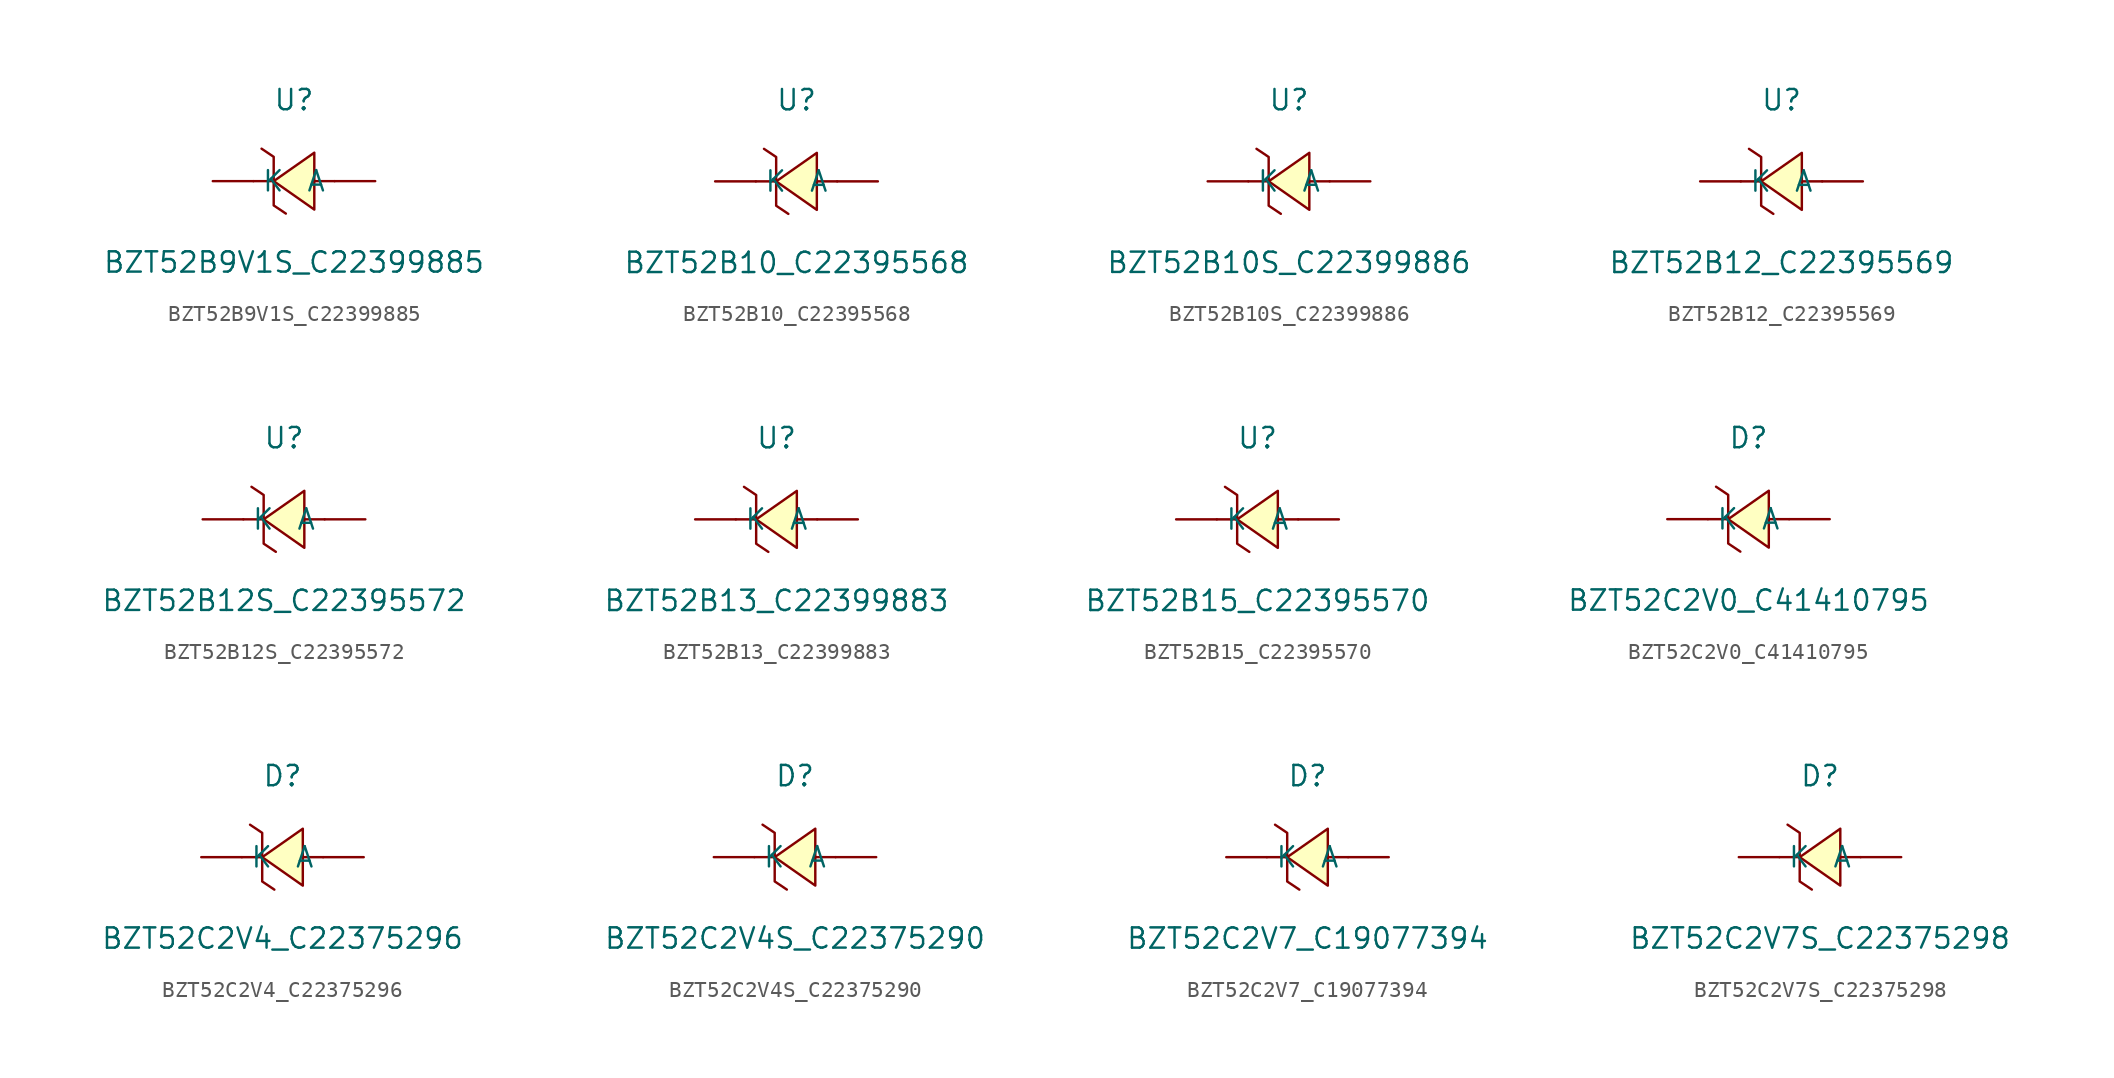
<source format=kicad_sym>
(kicad_symbol_lib
  (version 20241209)
  (generator "kicad_symbol_editor")
  (generator_version "9.0")
  (symbol "BZT52B9V1S_C22399885"
    (pin_numbers
      (hide yes))
    (property "Reference" "U"
      (at 0 5.08 0)
      (effects (font (size 1.27 1.27))))
    (property "Value" "BZT52B9V1S_C22399885"
      (at 0 -5.08 0)
      (effects (font (size 1.27 1.27))))
    (symbol "BZT52B9V1S_C22399885_0_1"
      (polyline (pts (xy -2.03 2.03) (xy -1.27 1.52) (xy -1.27 -1.52) (xy -0.51 -2.03)) (stroke (width 0) (type default)) (fill (type none)))
      (polyline (pts (xy -1.27 0) (xy -2.54 0)) (stroke (width 0) (type default)) (fill (type none)))
      (polyline (pts (xy 1.27 1.78) (xy -1.27 0) (xy 1.27 -1.78) (xy 1.27 1.78)) (stroke (width 0) (type default)) (fill (type background)))
      (polyline (pts (xy 2.54 0) (xy 1.27 0)) (stroke (width 0) (type default)) (fill (type none)))
      (pin unspecified line (at -5.08 0 0) (length 2.54) (name "K" (effects (font (size 1.27 1.27)))) (number "1" (effects (font (size 1.27 1.27)))))
      (pin unspecified line (at 5.08 0 180) (length 2.54) (name "A" (effects (font (size 1.27 1.27)))) (number "2" (effects (font (size 1.27 1.27)))))))
  (symbol "BZT52B10_C22395568"
    (pin_numbers
      (hide yes))
    (property "Reference" "U"
      (at 0 5.08 0)
      (effects (font (size 1.27 1.27))))
    (property "Value" "BZT52B10_C22395568"
      (at 0 -5.08 0)
      (effects (font (size 1.27 1.27))))
    (symbol "BZT52B10_C22395568_0_1"
      (polyline (pts (xy -2.03 2.03) (xy -1.27 1.52) (xy -1.27 -1.52) (xy -0.51 -2.03)) (stroke (width 0) (type default)) (fill (type none)))
      (polyline (pts (xy -1.27 0) (xy -2.54 0)) (stroke (width 0) (type default)) (fill (type none)))
      (polyline (pts (xy 1.27 1.78) (xy -1.27 0) (xy 1.27 -1.78) (xy 1.27 1.78)) (stroke (width 0) (type default)) (fill (type background)))
      (polyline (pts (xy 2.54 0) (xy 1.27 0)) (stroke (width 0) (type default)) (fill (type none)))
      (pin unspecified line (at -5.08 0 0) (length 2.54) (name "K" (effects (font (size 1.27 1.27)))) (number "1" (effects (font (size 1.27 1.27)))))
      (pin unspecified line (at 5.08 0 180) (length 2.54) (name "A" (effects (font (size 1.27 1.27)))) (number "2" (effects (font (size 1.27 1.27)))))))
  (symbol "BZT52B10S_C22399886"
    (pin_numbers
      (hide yes))
    (property "Reference" "U"
      (at 0 5.08 0)
      (effects (font (size 1.27 1.27))))
    (property "Value" "BZT52B10S_C22399886"
      (at 0 -5.08 0)
      (effects (font (size 1.27 1.27))))
    (symbol "BZT52B10S_C22399886_0_1"
      (polyline (pts (xy -2.03 2.03) (xy -1.27 1.52) (xy -1.27 -1.52) (xy -0.51 -2.03)) (stroke (width 0) (type default)) (fill (type none)))
      (polyline (pts (xy -1.27 0) (xy -2.54 0)) (stroke (width 0) (type default)) (fill (type none)))
      (polyline (pts (xy 1.27 1.78) (xy -1.27 0) (xy 1.27 -1.78) (xy 1.27 1.78)) (stroke (width 0) (type default)) (fill (type background)))
      (polyline (pts (xy 2.54 0) (xy 1.27 0)) (stroke (width 0) (type default)) (fill (type none)))
      (pin unspecified line (at -5.08 0 0) (length 2.54) (name "K" (effects (font (size 1.27 1.27)))) (number "1" (effects (font (size 1.27 1.27)))))
      (pin unspecified line (at 5.08 0 180) (length 2.54) (name "A" (effects (font (size 1.27 1.27)))) (number "2" (effects (font (size 1.27 1.27)))))))
  (symbol "BZT52B12_C22395569"
    (pin_numbers
      (hide yes))
    (property "Reference" "U"
      (at 0 5.08 0)
      (effects (font (size 1.27 1.27))))
    (property "Value" "BZT52B12_C22395569"
      (at 0 -5.08 0)
      (effects (font (size 1.27 1.27))))
    (symbol "BZT52B12_C22395569_0_1"
      (polyline (pts (xy -2.03 2.03) (xy -1.27 1.52) (xy -1.27 -1.52) (xy -0.51 -2.03)) (stroke (width 0) (type default)) (fill (type none)))
      (polyline (pts (xy -1.27 0) (xy -2.54 0)) (stroke (width 0) (type default)) (fill (type none)))
      (polyline (pts (xy 1.27 1.78) (xy -1.27 0) (xy 1.27 -1.78) (xy 1.27 1.78)) (stroke (width 0) (type default)) (fill (type background)))
      (polyline (pts (xy 2.54 0) (xy 1.27 0)) (stroke (width 0) (type default)) (fill (type none)))
      (pin unspecified line (at -5.08 0 0) (length 2.54) (name "K" (effects (font (size 1.27 1.27)))) (number "1" (effects (font (size 1.27 1.27)))))
      (pin unspecified line (at 5.08 0 180) (length 2.54) (name "A" (effects (font (size 1.27 1.27)))) (number "2" (effects (font (size 1.27 1.27)))))))
  (symbol "BZT52B12S_C22395572"
    (pin_numbers
      (hide yes))
    (property "Reference" "U"
      (at 0 5.08 0)
      (effects (font (size 1.27 1.27))))
    (property "Value" "BZT52B12S_C22395572"
      (at 0 -5.08 0)
      (effects (font (size 1.27 1.27))))
    (symbol "BZT52B12S_C22395572_0_1"
      (polyline (pts (xy -2.03 2.03) (xy -1.27 1.52) (xy -1.27 -1.52) (xy -0.51 -2.03)) (stroke (width 0) (type default)) (fill (type none)))
      (polyline (pts (xy -1.27 0) (xy -2.54 0)) (stroke (width 0) (type default)) (fill (type none)))
      (polyline (pts (xy 1.27 1.78) (xy -1.27 0) (xy 1.27 -1.78) (xy 1.27 1.78)) (stroke (width 0) (type default)) (fill (type background)))
      (polyline (pts (xy 2.54 0) (xy 1.27 0)) (stroke (width 0) (type default)) (fill (type none)))
      (pin unspecified line (at -5.08 0 0) (length 2.54) (name "K" (effects (font (size 1.27 1.27)))) (number "1" (effects (font (size 1.27 1.27)))))
      (pin unspecified line (at 5.08 0 180) (length 2.54) (name "A" (effects (font (size 1.27 1.27)))) (number "2" (effects (font (size 1.27 1.27)))))))
  (symbol "BZT52B13_C22399883"
    (pin_numbers
      (hide yes))
    (property "Reference" "U"
      (at 0 5.08 0)
      (effects (font (size 1.27 1.27))))
    (property "Value" "BZT52B13_C22399883"
      (at 0 -5.08 0)
      (effects (font (size 1.27 1.27))))
    (symbol "BZT52B13_C22399883_0_1"
      (polyline (pts (xy -2.03 2.03) (xy -1.27 1.52) (xy -1.27 -1.52) (xy -0.51 -2.03)) (stroke (width 0) (type default)) (fill (type none)))
      (polyline (pts (xy -1.27 0) (xy -2.54 0)) (stroke (width 0) (type default)) (fill (type none)))
      (polyline (pts (xy 1.27 1.78) (xy -1.27 0) (xy 1.27 -1.78) (xy 1.27 1.78)) (stroke (width 0) (type default)) (fill (type background)))
      (polyline (pts (xy 2.54 0) (xy 1.27 0)) (stroke (width 0) (type default)) (fill (type none)))
      (pin unspecified line (at -5.08 0 0) (length 2.54) (name "K" (effects (font (size 1.27 1.27)))) (number "1" (effects (font (size 1.27 1.27)))))
      (pin unspecified line (at 5.08 0 180) (length 2.54) (name "A" (effects (font (size 1.27 1.27)))) (number "2" (effects (font (size 1.27 1.27)))))))
  (symbol "BZT52B15_C22395570"
    (pin_numbers
      (hide yes))
    (property "Reference" "U"
      (at 0 5.08 0)
      (effects (font (size 1.27 1.27))))
    (property "Value" "BZT52B15_C22395570"
      (at 0 -5.08 0)
      (effects (font (size 1.27 1.27))))
    (symbol "BZT52B15_C22395570_0_1"
      (polyline (pts (xy -2.03 2.03) (xy -1.27 1.52) (xy -1.27 -1.52) (xy -0.51 -2.03)) (stroke (width 0) (type default)) (fill (type none)))
      (polyline (pts (xy -1.27 0) (xy -2.54 0)) (stroke (width 0) (type default)) (fill (type none)))
      (polyline (pts (xy 1.27 1.78) (xy -1.27 0) (xy 1.27 -1.78) (xy 1.27 1.78)) (stroke (width 0) (type default)) (fill (type background)))
      (polyline (pts (xy 2.54 0) (xy 1.27 0)) (stroke (width 0) (type default)) (fill (type none)))
      (pin unspecified line (at -5.08 0 0) (length 2.54) (name "K" (effects (font (size 1.27 1.27)))) (number "1" (effects (font (size 1.27 1.27)))))
      (pin unspecified line (at 5.08 0 180) (length 2.54) (name "A" (effects (font (size 1.27 1.27)))) (number "2" (effects (font (size 1.27 1.27)))))))
  (symbol "BZT52C2V0_C41410795"
    (pin_numbers
      (hide yes))
    (property "Reference" "D"
      (at 0 6.35 0)
      (effects (font (size 1.27 1.27))))
    (property "Value" "BZT52C2V0_C41410795"
      (at 0 -3.81 0)
      (effects (font (size 1.27 1.27))))
    (symbol "BZT52C2V0_C41410795_0_1"
      (polyline (pts (xy -2.03 3.3) (xy -1.27 2.79) (xy -1.27 -0.25) (xy -0.51 -0.76)) (stroke (width 0) (type default)) (fill (type none)))
      (polyline (pts (xy -1.27 1.27) (xy -2.54 1.27)) (stroke (width 0) (type default)) (fill (type none)))
      (polyline (pts (xy 1.27 3.05) (xy -1.27 1.27) (xy 1.27 -0.51) (xy 1.27 3.05)) (stroke (width 0) (type default)) (fill (type background)))
      (polyline (pts (xy 2.54 1.27) (xy 1.27 1.27)) (stroke (width 0) (type default)) (fill (type none)))
      (pin unspecified line (at -5.08 1.27 0) (length 2.54) (name "K" (effects (font (size 1.27 1.27)))) (number "1" (effects (font (size 1.27 1.27)))))
      (pin unspecified line (at 5.08 1.27 180) (length 2.54) (name "A" (effects (font (size 1.27 1.27)))) (number "2" (effects (font (size 1.27 1.27)))))))
  (symbol "BZT52C2V4_C22375296"
    (pin_numbers
      (hide yes))
    (property "Reference" "D"
      (at 0 5.08 0)
      (effects (font (size 1.27 1.27))))
    (property "Value" "BZT52C2V4_C22375296"
      (at 0 -5.08 0)
      (effects (font (size 1.27 1.27))))
    (symbol "BZT52C2V4_C22375296_0_1"
      (polyline (pts (xy -2.03 2.03) (xy -1.27 1.52) (xy -1.27 -1.52) (xy -0.51 -2.03)) (stroke (width 0) (type default)) (fill (type none)))
      (polyline (pts (xy -1.27 0) (xy -2.54 0)) (stroke (width 0) (type default)) (fill (type none)))
      (polyline (pts (xy 1.27 1.78) (xy -1.27 0) (xy 1.27 -1.78) (xy 1.27 1.78)) (stroke (width 0) (type default)) (fill (type background)))
      (polyline (pts (xy 2.54 0) (xy 1.27 0)) (stroke (width 0) (type default)) (fill (type none)))
      (pin unspecified line (at -5.08 0 0) (length 2.54) (name "K" (effects (font (size 1.27 1.27)))) (number "1" (effects (font (size 1.27 1.27)))))
      (pin unspecified line (at 5.08 0 180) (length 2.54) (name "A" (effects (font (size 1.27 1.27)))) (number "2" (effects (font (size 1.27 1.27)))))))
  (symbol "BZT52C2V4S_C22375290"
    (pin_numbers
      (hide yes))
    (property "Reference" "D"
      (at 0 5.08 0)
      (effects (font (size 1.27 1.27))))
    (property "Value" "BZT52C2V4S_C22375290"
      (at 0 -5.08 0)
      (effects (font (size 1.27 1.27))))
    (symbol "BZT52C2V4S_C22375290_0_1"
      (polyline (pts (xy -2.03 2.03) (xy -1.27 1.52) (xy -1.27 -1.52) (xy -0.51 -2.03)) (stroke (width 0) (type default)) (fill (type none)))
      (polyline (pts (xy -1.27 0) (xy -2.54 0)) (stroke (width 0) (type default)) (fill (type none)))
      (polyline (pts (xy 1.27 1.78) (xy -1.27 0) (xy 1.27 -1.78) (xy 1.27 1.78)) (stroke (width 0) (type default)) (fill (type background)))
      (polyline (pts (xy 2.54 0) (xy 1.27 0)) (stroke (width 0) (type default)) (fill (type none)))
      (pin unspecified line (at -5.08 0 0) (length 2.54) (name "K" (effects (font (size 1.27 1.27)))) (number "1" (effects (font (size 1.27 1.27)))))
      (pin unspecified line (at 5.08 0 180) (length 2.54) (name "A" (effects (font (size 1.27 1.27)))) (number "2" (effects (font (size 1.27 1.27)))))))
  (symbol "BZT52C2V7_C19077394"
    (pin_numbers
      (hide yes))
    (property "Reference" "D"
      (at 0 5.08 0)
      (effects (font (size 1.27 1.27))))
    (property "Value" "BZT52C2V7_C19077394"
      (at 0 -5.08 0)
      (effects (font (size 1.27 1.27))))
    (symbol "BZT52C2V7_C19077394_0_1"
      (polyline (pts (xy -2.03 2.03) (xy -1.27 1.52) (xy -1.27 -1.52) (xy -0.51 -2.03)) (stroke (width 0) (type default)) (fill (type none)))
      (polyline (pts (xy -1.27 0) (xy -2.54 0)) (stroke (width 0) (type default)) (fill (type none)))
      (polyline (pts (xy 1.27 1.78) (xy -1.27 0) (xy 1.27 -1.78) (xy 1.27 1.78)) (stroke (width 0) (type default)) (fill (type background)))
      (polyline (pts (xy 2.54 0) (xy 1.27 0)) (stroke (width 0) (type default)) (fill (type none)))
      (pin unspecified line (at -5.08 0 0) (length 2.54) (name "K" (effects (font (size 1.27 1.27)))) (number "1" (effects (font (size 1.27 1.27)))))
      (pin unspecified line (at 5.08 0 180) (length 2.54) (name "A" (effects (font (size 1.27 1.27)))) (number "2" (effects (font (size 1.27 1.27)))))))
  (symbol "BZT52C2V7S_C22375298"
    (pin_numbers
      (hide yes))
    (property "Reference" "D"
      (at 0 5.08 0)
      (effects (font (size 1.27 1.27))))
    (property "Value" "BZT52C2V7S_C22375298"
      (at 0 -5.08 0)
      (effects (font (size 1.27 1.27))))
    (symbol "BZT52C2V7S_C22375298_0_1"
      (polyline (pts (xy -2.03 2.03) (xy -1.27 1.52) (xy -1.27 -1.52) (xy -0.51 -2.03)) (stroke (width 0) (type default)) (fill (type none)))
      (polyline (pts (xy -1.27 0) (xy -2.54 0)) (stroke (width 0) (type default)) (fill (type none)))
      (polyline (pts (xy 1.27 1.78) (xy -1.27 0) (xy 1.27 -1.78) (xy 1.27 1.78)) (stroke (width 0) (type default)) (fill (type background)))
      (polyline (pts (xy 2.54 0) (xy 1.27 0)) (stroke (width 0) (type default)) (fill (type none)))
      (pin unspecified line (at -5.08 0 0) (length 2.54) (name "K" (effects (font (size 1.27 1.27)))) (number "1" (effects (font (size 1.27 1.27)))))
      (pin unspecified line (at 5.08 0 180) (length 2.54) (name "A" (effects (font (size 1.27 1.27)))) (number "2" (effects (font (size 1.27 1.27))))))))
</source>
